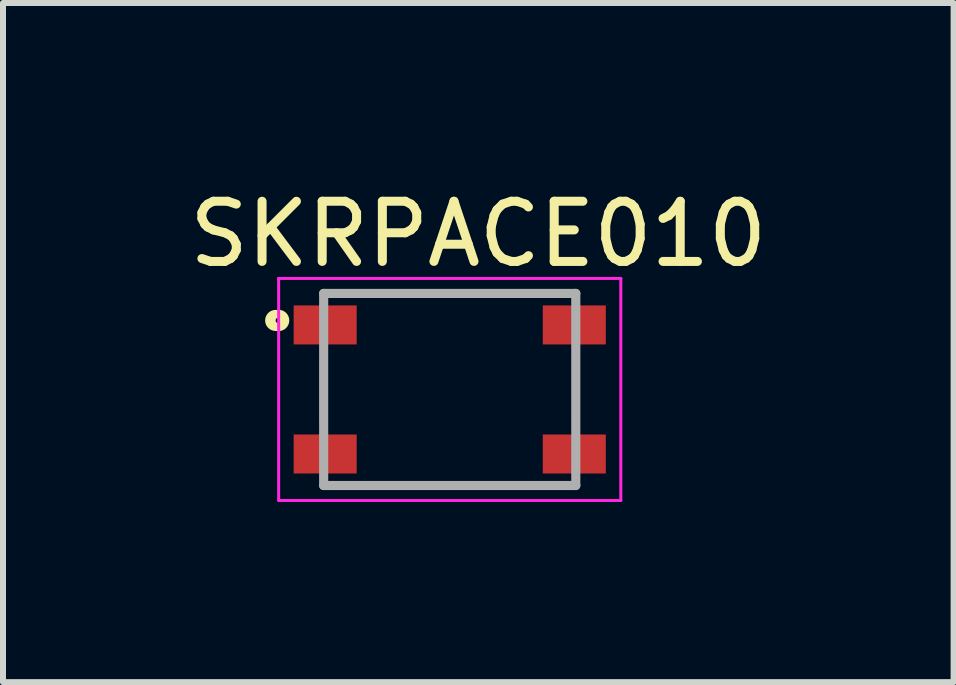
<source format=kicad_pcb>
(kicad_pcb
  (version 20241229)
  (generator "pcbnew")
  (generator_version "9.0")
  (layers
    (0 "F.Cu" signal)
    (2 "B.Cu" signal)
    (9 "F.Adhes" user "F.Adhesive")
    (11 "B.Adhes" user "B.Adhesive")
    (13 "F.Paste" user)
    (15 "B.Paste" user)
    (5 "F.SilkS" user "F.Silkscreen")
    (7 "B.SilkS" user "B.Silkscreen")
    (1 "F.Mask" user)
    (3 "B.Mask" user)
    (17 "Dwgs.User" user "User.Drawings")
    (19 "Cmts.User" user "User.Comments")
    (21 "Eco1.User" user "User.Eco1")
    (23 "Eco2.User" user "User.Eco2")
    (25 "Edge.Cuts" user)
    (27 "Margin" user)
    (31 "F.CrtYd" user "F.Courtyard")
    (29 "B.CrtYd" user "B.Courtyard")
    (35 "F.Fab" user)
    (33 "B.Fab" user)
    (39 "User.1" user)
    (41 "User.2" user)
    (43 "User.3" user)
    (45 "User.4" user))
  (footprint "SKRPACE010"
    (layer "F.Cu")
    (at 4.442 3.438)
    (property "Reference" "SKRPACE010" (at 0.476 -2.589 0) (layer "F.SilkS") (effects (font (size 1.002 1.002) (thickness 0.15))))
    (attr smd)
    (fp_line (start -2.1 -0.5) (end -2.1 0.5) (stroke (width 0.127) (type solid)) (layer "F.SilkS"))
    (fp_line (start -1.25 -1.6) (end 1.25 -1.6) (stroke (width 0.127) (type solid)) (layer "F.SilkS"))
    (fp_line (start -1.25 1.6) (end 1.25 1.6) (stroke (width 0.127) (type solid)) (layer "F.SilkS"))
    (fp_line (start 2.1 -0.5) (end 2.1 0.5) (stroke (width 0.127) (type solid)) (layer "F.SilkS"))
    (fp_circle (center -2.9 -1.15) (end -2.788 -1.15) (stroke (width 0.127) (type solid)) (fill no) (layer "F.SilkS"))
    (fp_circle (center -2.85 -1.15) (end -2.8 -1.15) (stroke (width 0.127) (type solid)) (fill no) (layer "F.SilkS"))
    (fp_line (start -2.85 -1.85) (end 2.85 -1.85) (stroke (width 0.05) (type solid)) (layer "F.CrtYd"))
    (fp_line (start -2.85 1.85) (end -2.85 -1.85) (stroke (width 0.05) (type solid)) (layer "F.CrtYd"))
    (fp_line (start 2.85 -1.85) (end 2.85 1.85) (stroke (width 0.05) (type solid)) (layer "F.CrtYd"))
    (fp_line (start 2.85 1.85) (end -2.85 1.85) (stroke (width 0.05) (type solid)) (layer "F.CrtYd"))
    (fp_line (start -2.1 -1.6) (end 2.1 -1.6) (stroke (width 0.152) (type solid)) (layer "F.Fab"))
    (fp_line (start -2.1 1.6) (end -2.1 -1.6) (stroke (width 0.152) (type solid)) (layer "F.Fab"))
    (fp_line (start 2.1 -1.6) (end 2.1 1.6) (stroke (width 0.152) (type solid)) (layer "F.Fab"))
    (fp_line (start 2.1 1.6) (end -2.1 1.6) (stroke (width 0.152) (type solid)) (layer "F.Fab"))
    (pad "1" smd rect (at -2.075 -1.075) (size 1.05 0.65) (layers "F.Cu" "F.Mask" "F.Paste"))
    (pad "2" smd rect (at 2.075 -1.075) (size 1.05 0.65) (layers "F.Cu" "F.Mask" "F.Paste"))
    (pad "3" smd rect (at -2.075 1.075) (size 1.05 0.65) (layers "F.Cu" "F.Mask" "F.Paste"))
    (pad "4" smd rect (at 2.075 1.075) (size 1.05 0.65) (layers "F.Cu" "F.Mask" "F.Paste")))
  (gr_rect
    (start -3 -3)
    (end 12.836 8.313)
    (stroke (width 0.1) (type default))
    (fill no)
    (layer "Edge.Cuts")))
</source>
